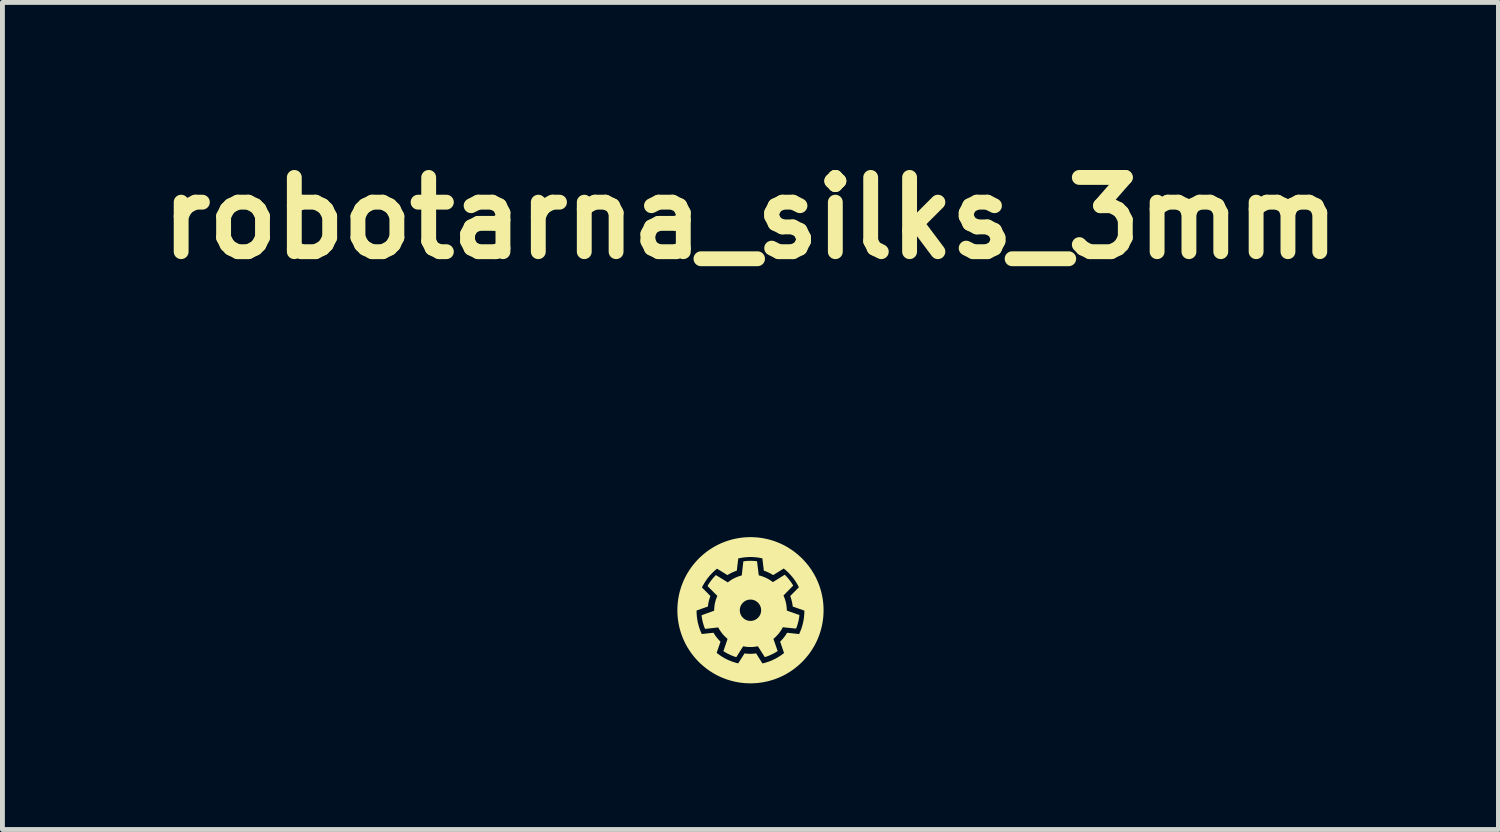
<source format=kicad_pcb>
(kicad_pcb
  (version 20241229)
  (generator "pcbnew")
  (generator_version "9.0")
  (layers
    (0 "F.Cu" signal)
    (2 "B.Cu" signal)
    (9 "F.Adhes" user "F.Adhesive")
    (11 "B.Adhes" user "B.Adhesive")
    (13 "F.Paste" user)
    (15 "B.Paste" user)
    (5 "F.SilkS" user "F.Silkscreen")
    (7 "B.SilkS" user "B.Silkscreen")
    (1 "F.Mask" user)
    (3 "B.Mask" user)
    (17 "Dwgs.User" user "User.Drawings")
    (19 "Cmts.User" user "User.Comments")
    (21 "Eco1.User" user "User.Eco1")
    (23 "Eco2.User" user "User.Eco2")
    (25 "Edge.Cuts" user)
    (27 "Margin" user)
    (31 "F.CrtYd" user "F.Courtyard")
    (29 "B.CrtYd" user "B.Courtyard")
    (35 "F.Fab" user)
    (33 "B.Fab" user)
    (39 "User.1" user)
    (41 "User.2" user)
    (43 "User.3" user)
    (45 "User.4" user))
  (footprint "robotarna_silks_3mm"
    (layer "F.Cu")
    (at 12.352 9.474)
    (property "Reference" "robotarna_silks_3mm" (at 0 -8.048 0) (layer "F.SilkS") (effects (font (size 1.524 1.524) (thickness 0.305))))
    (attr smd)
    (fp_poly (pts (xy -0.000003 0.219) (xy -0.992 0.184) (xy -0.989 0.2) (xy -0.985 0.216) (xy -0.982 0.231) (xy -0.978 0.247) (xy -0.974 0.263) (xy -0.969 0.278) (xy -0.965 0.293) (xy -0.96 0.309) (xy -0.955 0.324) (xy -0.95 0.339) (xy -0.944 0.354) (xy -0.938 0.368) (xy -0.932 0.383) (xy -0.661 0.353) (xy -0.654 0.367) (xy -0.646 0.381) (xy -0.638 0.395) (xy -0.629 0.409) (xy -0.62 0.422) (xy -0.611 0.436) (xy -0.602 0.449) (xy -0.592 0.462) (xy -0.582 0.474) (xy -0.572 0.487) (xy -0.562 0.499) (xy -0.551 0.511) (xy -0.54 0.523) (xy -0.529 0.534) (xy -0.518 0.545) (xy -0.506 0.556) (xy -0.494 0.567) (xy -0.482 0.578) (xy -0.47 0.588) (xy -0.555 0.839) (xy -0.542 0.848) (xy -0.528 0.857) (xy -0.514 0.865) (xy -0.5 0.873) (xy -0.486 0.881) (xy -0.472 0.889) (xy -0.457 0.896) (xy -0.443 0.903) (xy -0.428 0.91) (xy -0.413 0.917) (xy -0.399 0.924) (xy -0.383 0.93) (xy -0.368 0.936) (xy -0.353 0.942) (xy -0.338 0.948) (xy -0.322 0.953) (xy -0.307 0.958) (xy -0.291 0.963) (xy -0.15 0.74) (xy -0.134 0.743) (xy -0.118 0.746) (xy -0.101 0.748) (xy -0.085 0.75) (xy -0.068 0.752) (xy -0.051 0.753) (xy -0.035 0.754) (xy -0.018 0.755) (xy -0.001 0.755) (xy 0.015 0.755) (xy 0.031 0.754) (xy 0.046 0.754) (xy 0.061 0.752) (xy 0.077 0.751) (xy 0.092 0.749) (xy 0.107 0.747) (xy 0.122 0.745) (xy 0.137 0.742) (xy 0.152 0.74) (xy 0.294 0.962) (xy 0.31 0.957) (xy 0.326 0.952) (xy 0.341 0.947) (xy 0.356 0.941) (xy 0.372 0.935) (xy 0.387 0.929) (xy 0.402 0.923) (xy 0.417 0.916) (xy 0.431 0.909) (xy 0.446 0.902) (xy 0.46 0.895) (xy 0.475 0.888) (xy 0.489 0.88) (xy 0.503 0.872) (xy 0.517 0.864) (xy 0.531 0.855) (xy 0.544 0.847) (xy 0.558 0.838) (xy 0.471 0.588) (xy 0.483 0.577) (xy 0.495 0.567) (xy 0.507 0.556) (xy 0.519 0.545) (xy 0.531 0.533) (xy 0.542 0.521) (xy 0.553 0.509) (xy 0.564 0.497) (xy 0.575 0.485) (xy 0.585 0.472) (xy 0.595 0.459) (xy 0.604 0.446) (xy 0.614 0.433) (xy 0.623 0.419) (xy 0.632 0.406) (xy 0.64 0.392) (xy 0.649 0.377) (xy 0.657 0.363) (xy 0.664 0.349) (xy 0.936 0.377) (xy 0.942 0.362) (xy 0.947 0.348) (xy 0.953 0.333) (xy 0.958 0.318) (xy 0.963 0.303) (xy 0.967 0.287) (xy 0.972 0.272) (xy 0.976 0.257) (xy 0.98 0.241) (xy 0.984 0.226) (xy 0.987 0.21) (xy 0.991 0.194) (xy 0.994 0.178) (xy 0.996 0.163) (xy 0.999 0.146) (xy 1.001 0.13) (xy 1.003 0.114) (xy 1.005 0.098) (xy 0.746 0.007) (xy 0.745 -0.011) (xy 0.745 -0.028) (xy 0.744 -0.045) (xy 0.742 -0.062) (xy 0.74 -0.079) (xy 0.738 -0.096) (xy 0.736 -0.113) (xy 0.733 -0.129) (xy 0.729 -0.146) (xy 0.726 -0.162) (xy 0.722 -0.178) (xy 0.717 -0.194) (xy 0.713 -0.21) (xy 0.708 -0.226) (xy 0.702 -0.242) (xy 0.696 -0.257) (xy 0.69 -0.272) (xy 0.684 -0.288) (xy 0.677 -0.302) (xy 0.877 -0.506) (xy 0.869 -0.52) (xy 0.86 -0.534) (xy 0.851 -0.549) (xy 0.842 -0.563) (xy 0.832 -0.576) (xy 0.823 -0.59) (xy 0.813 -0.604) (xy 0.803 -0.617) (xy 0.793 -0.63) (xy 0.782 -0.643) (xy 0.772 -0.656) (xy 0.761 -0.669) (xy 0.75 -0.681) (xy 0.738 -0.693) (xy 0.727 -0.705) (xy 0.715 -0.717) (xy 0.703 -0.729) (xy 0.46 -0.577) (xy 0.448 -0.586) (xy 0.435 -0.596) (xy 0.422 -0.605) (xy 0.408 -0.614) (xy 0.395 -0.623) (xy 0.381 -0.631) (xy 0.367 -0.639) (xy 0.353 -0.647) (xy 0.338 -0.655) (xy 0.324 -0.662) (xy 0.309 -0.669) (xy 0.294 -0.675) (xy 0.279 -0.681) (xy 0.264 -0.687) (xy 0.249 -0.693) (xy 0.233 -0.698) (xy 0.218 -0.703) (xy 0.202 -0.708) (xy 0.186 -0.712) (xy 0.17 -0.716) (xy 0.135 -1.005) (xy 0.119 -1.007) (xy 0.102 -1.009) (xy 0.086 -1.01) (xy 0.069 -1.012) (xy 0.052 -1.013) (xy 0.035 -1.013) (xy 0.019 -1.014) (xy 0.002 -1.014) (xy -0.015 -1.014) (xy -0.032 -1.013) (xy -0.048 -1.013) (xy -0.065 -1.012) (xy -0.081 -1.011) (xy -0.098 -1.009) (xy -0.114 -1.007) (xy -0.13 -1.005) (xy -0.146 -1.003) (xy -0.179 -0.714) (xy -0.195 -0.71) (xy -0.211 -0.705) (xy -0.226 -0.7) (xy -0.242 -0.695) (xy -0.257 -0.69) (xy -0.272 -0.684) (xy -0.287 -0.678) (xy -0.302 -0.671) (xy -0.317 -0.665) (xy -0.331 -0.658) (xy -0.346 -0.65) (xy -0.36 -0.643) (xy -0.374 -0.635) (xy -0.387 -0.627) (xy -0.401 -0.618) (xy -0.414 -0.609) (xy -0.427 -0.6) (xy -0.44 -0.591) (xy -0.453 -0.582) (xy -0.466 -0.572) (xy -0.71 -0.722) (xy -0.721 -0.71) (xy -0.733 -0.698) (xy -0.744 -0.686) (xy -0.755 -0.674) (xy -0.766 -0.661) (xy -0.777 -0.648) (xy -0.788 -0.635) (xy -0.798 -0.622) (xy -0.808 -0.609) (xy -0.818 -0.595) (xy -0.828 -0.582) (xy -0.837 -0.568) (xy -0.847 -0.554) (xy -0.856 -0.54) (xy -0.865 -0.525) (xy -0.873 -0.511) (xy -0.881 -0.496) (xy -0.68 -0.294) (xy -0.686 -0.28) (xy -0.693 -0.265) (xy -0.698 -0.25) (xy -0.704 -0.235) (xy -0.709 -0.219) (xy -0.714 -0.204) (xy -0.718 -0.188) (xy -0.722 -0.172) (xy -0.726 -0.157) (xy -0.73 -0.141) (xy -0.733 -0.124) (xy -0.736 -0.108) (xy -0.738 -0.092) (xy -0.74 -0.075) (xy -0.742 -0.059) (xy -0.743 -0.042) (xy -0.744 -0.025) (xy -0.745 -0.008) (xy -0.745 0.009) (xy -0.745 0.01) (xy -1.004 0.103) (xy -1.002 0.12) (xy -1 0.136) (xy -0.997 0.152) (xy -0.995 0.168) (xy -0.992 0.184) (xy -0.000003 0.219) (xy -0.016 0.218) (xy -0.031 0.217) (xy -0.046 0.214) (xy -0.061 0.21) (xy -0.075 0.206) (xy -0.089 0.2) (xy -0.102 0.194) (xy -0.115 0.186) (xy -0.127 0.178) (xy -0.138 0.169) (xy -0.149 0.16) (xy -0.16 0.149) (xy -0.169 0.138) (xy -0.178 0.127) (xy -0.186 0.115) (xy -0.194 0.102) (xy -0.2 0.089) (xy -0.206 0.075) (xy -0.21 0.061) (xy -0.214 0.046) (xy -0.217 0.031) (xy -0.218 0.016) (xy -0.219 0.000005) (xy -0.218 -0.016) (xy -0.217 -0.031) (xy -0.214 -0.046) (xy -0.21 -0.061) (xy -0.206 -0.075) (xy -0.2 -0.089) (xy -0.194 -0.102) (xy -0.186 -0.115) (xy -0.178 -0.127) (xy -0.169 -0.138) (xy -0.16 -0.149) (xy -0.149 -0.16) (xy -0.138 -0.169) (xy -0.127 -0.178) (xy -0.115 -0.186) (xy -0.102 -0.194) (xy -0.089 -0.2) (xy -0.075 -0.206) (xy -0.061 -0.21) (xy -0.046 -0.214) (xy -0.031 -0.217) (xy -0.016 -0.218) (xy -0.000003 -0.219) (xy 0.016 -0.218) (xy 0.031 -0.217) (xy 0.046 -0.214) (xy 0.061 -0.21) (xy 0.075 -0.206) (xy 0.089 -0.2) (xy 0.102 -0.194) (xy 0.115 -0.186) (xy 0.127 -0.178) (xy 0.138 -0.169) (xy 0.149 -0.16) (xy 0.16 -0.149) (xy 0.169 -0.138) (xy 0.178 -0.127) (xy 0.186 -0.115) (xy 0.194 -0.102) (xy 0.2 -0.089) (xy 0.206 -0.075) (xy 0.21 -0.061) (xy 0.214 -0.046) (xy 0.217 -0.031) (xy 0.218 -0.016) (xy 0.219 0.000005) (xy 0.218 0.016) (xy 0.217 0.031) (xy 0.214 0.046) (xy 0.21 0.061) (xy 0.206 0.075) (xy 0.2 0.089) (xy 0.194 0.102) (xy 0.186 0.115) (xy 0.178 0.127) (xy 0.169 0.138) (xy 0.16 0.149) (xy 0.149 0.16) (xy 0.138 0.169) (xy 0.127 0.178) (xy 0.115 0.186) (xy 0.102 0.194) (xy 0.089 0.2) (xy 0.075 0.206) (xy 0.061 0.21) (xy 0.046 0.214) (xy 0.031 0.217) (xy 0.016 0.218) (xy -0.000003 0.219)) (stroke (width 0) (type solid)) (fill yes) (layer "F.SilkS"))
    (fp_poly (pts (xy 0.999 0.489) (xy 0.222 1.484) (xy 0.237 1.481) (xy 0.253 1.479) (xy 0.268 1.476) (xy 0.283 1.473) (xy 0.298 1.47) (xy 0.314 1.467) (xy 0.329 1.464) (xy 0.344 1.46) (xy 0.359 1.457) (xy 0.374 1.453) (xy 0.389 1.449) (xy 0.404 1.445) (xy 0.418 1.441) (xy 0.433 1.436) (xy 0.448 1.432) (xy 0.462 1.427) (xy 0.477 1.423) (xy 0.491 1.418) (xy 0.506 1.413) (xy 0.52 1.407) (xy 0.534 1.402) (xy 0.549 1.396) (xy 0.563 1.391) (xy 0.577 1.385) (xy 0.591 1.379) (xy 0.605 1.373) (xy 0.619 1.367) (xy 0.632 1.361) (xy 0.646 1.354) (xy 0.66 1.348) (xy 0.673 1.341) (xy 0.687 1.334) (xy 0.7 1.327) (xy 0.713 1.32) (xy 0.727 1.313) (xy 0.74 1.305) (xy 0.753 1.298) (xy 0.766 1.29) (xy 0.779 1.282) (xy 0.791 1.274) (xy 0.804 1.266) (xy 0.817 1.258) (xy 0.829 1.25) (xy 0.842 1.242) (xy 0.854 1.233) (xy 0.866 1.225) (xy 0.879 1.216) (xy 0.891 1.207) (xy 0.903 1.198) (xy 0.915 1.189) (xy 0.926 1.18) (xy 0.938 1.17) (xy 0.95 1.161) (xy 0.961 1.151) (xy 0.973 1.142) (xy 0.984 1.132) (xy 0.995 1.122) (xy 1.006 1.112) (xy 1.018 1.102) (xy 1.028 1.092) (xy 1.039 1.082) (xy 1.05 1.071) (xy 1.061 1.061) (xy 1.071 1.05) (xy 1.082 1.039) (xy 1.092 1.028) (xy 1.102 1.018) (xy 1.112 1.006) (xy 1.122 0.995) (xy 1.132 0.984) (xy 1.142 0.973) (xy 1.151 0.961) (xy 1.161 0.95) (xy 1.17 0.938) (xy 1.18 0.926) (xy 1.189 0.915) (xy 1.198 0.903) (xy 1.207 0.891) (xy 1.216 0.879) (xy 1.225 0.866) (xy 1.233 0.854) (xy 1.242 0.842) (xy 1.25 0.829) (xy 1.258 0.817) (xy 1.266 0.804) (xy 1.274 0.791) (xy 1.282 0.779) (xy 1.29 0.766) (xy 1.298 0.753) (xy 1.305 0.74) (xy 1.313 0.727) (xy 1.32 0.713) (xy 1.327 0.7) (xy 1.334 0.687) (xy 1.341 0.673) (xy 1.348 0.66) (xy 1.354 0.646) (xy 1.361 0.632) (xy 1.367 0.619) (xy 1.373 0.605) (xy 1.379 0.591) (xy 1.385 0.577) (xy 1.391 0.563) (xy 1.396 0.549) (xy 1.402 0.534) (xy 1.407 0.52) (xy 1.413 0.506) (xy 1.418 0.491) (xy 1.423 0.477) (xy 1.427 0.462) (xy 1.432 0.448) (xy 1.436 0.433) (xy 1.441 0.418) (xy 1.445 0.404) (xy 1.449 0.389) (xy 1.453 0.374) (xy 1.457 0.359) (xy 1.46 0.344) (xy 1.464 0.329) (xy 1.467 0.314) (xy 1.47 0.298) (xy 1.473 0.283) (xy 1.476 0.268) (xy 1.479 0.253) (xy 1.481 0.237) (xy 1.484 0.222) (xy 1.486 0.206) (xy 1.488 0.191) (xy 1.49 0.175) (xy 1.492 0.159) (xy 1.493 0.144) (xy 1.495 0.128) (xy 1.496 0.112) (xy 1.497 0.096) (xy 1.498 0.08) (xy 1.499 0.064) (xy 1.499 0.048) (xy 1.5 0.032) (xy 1.5 0.016) (xy 1.5 0.000004) (xy 1.5 -0.016) (xy 1.5 -0.032) (xy 1.499 -0.048) (xy 1.499 -0.064) (xy 1.498 -0.08) (xy 1.497 -0.096) (xy 1.496 -0.112) (xy 1.495 -0.128) (xy 1.493 -0.144) (xy 1.492 -0.159) (xy 1.49 -0.175) (xy 1.488 -0.191) (xy 1.486 -0.206) (xy 1.484 -0.222) (xy 1.481 -0.237) (xy 1.479 -0.253) (xy 1.476 -0.268) (xy 1.473 -0.283) (xy 1.47 -0.298) (xy 1.467 -0.314) (xy 1.464 -0.329) (xy 1.46 -0.344) (xy 1.457 -0.359) (xy 1.453 -0.374) (xy 1.449 -0.389) (xy 1.445 -0.404) (xy 1.441 -0.418) (xy 1.436 -0.433) (xy 1.432 -0.448) (xy 1.427 -0.462) (xy 1.423 -0.477) (xy 1.418 -0.491) (xy 1.413 -0.506) (xy 1.407 -0.52) (xy 1.402 -0.534) (xy 1.396 -0.549) (xy 1.391 -0.563) (xy 1.385 -0.577) (xy 1.379 -0.591) (xy 1.373 -0.605) (xy 1.367 -0.619) (xy 1.361 -0.632) (xy 1.354 -0.646) (xy 1.348 -0.66) (xy 1.341 -0.673) (xy 1.334 -0.687) (xy 1.327 -0.7) (xy 1.32 -0.713) (xy 1.313 -0.727) (xy 1.305 -0.74) (xy 1.298 -0.753) (xy 1.29 -0.766) (xy 1.282 -0.779) (xy 1.274 -0.791) (xy 1.266 -0.804) (xy 1.258 -0.817) (xy 1.25 -0.829) (xy 1.242 -0.842) (xy 1.233 -0.854) (xy 1.225 -0.866) (xy 1.216 -0.879) (xy 1.207 -0.891) (xy 1.198 -0.903) (xy 1.189 -0.915) (xy 1.18 -0.926) (xy 1.17 -0.938) (xy 1.161 -0.95) (xy 1.151 -0.961) (xy 1.142 -0.973) (xy 1.132 -0.984) (xy 1.122 -0.995) (xy 1.112 -1.006) (xy 1.102 -1.018) (xy 1.092 -1.028) (xy 1.082 -1.039) (xy 1.071 -1.05) (xy 1.061 -1.061) (xy 1.05 -1.071) (xy 1.039 -1.082) (xy 1.028 -1.092) (xy 1.018 -1.102) (xy 1.006 -1.112) (xy 0.995 -1.122) (xy 0.984 -1.132) (xy 0.973 -1.142) (xy 0.961 -1.151) (xy 0.95 -1.161) (xy 0.938 -1.17) (xy 0.926 -1.18) (xy 0.915 -1.189) (xy 0.903 -1.198) (xy 0.891 -1.207) (xy 0.879 -1.216) (xy 0.866 -1.225) (xy 0.854 -1.233) (xy 0.842 -1.242) (xy 0.829 -1.25) (xy 0.817 -1.258) (xy 0.804 -1.266) (xy 0.791 -1.274) (xy 0.779 -1.282) (xy 0.766 -1.29) (xy 0.753 -1.298) (xy 0.74 -1.305) (xy 0.727 -1.313) (xy 0.713 -1.32) (xy 0.7 -1.327) (xy 0.687 -1.334) (xy 0.673 -1.341) (xy 0.66 -1.348) (xy 0.646 -1.354) (xy 0.632 -1.361) (xy 0.619 -1.367) (xy 0.605 -1.373) (xy 0.591 -1.379) (xy 0.577 -1.385) (xy 0.563 -1.391) (xy 0.549 -1.396) (xy 0.534 -1.402) (xy 0.52 -1.407) (xy 0.506 -1.413) (xy 0.491 -1.418) (xy 0.477 -1.423) (xy 0.462 -1.427) (xy 0.448 -1.432) (xy 0.433 -1.436) (xy 0.418 -1.441) (xy 0.404 -1.445) (xy 0.389 -1.449) (xy 0.374 -1.453) (xy 0.359 -1.457) (xy 0.344 -1.46) (xy 0.329 -1.464) (xy 0.314 -1.467) (xy 0.298 -1.47) (xy 0.283 -1.473) (xy 0.268 -1.476) (xy 0.253 -1.479) (xy 0.237 -1.481) (xy 0.222 -1.484) (xy 0.206 -1.486) (xy 0.191 -1.488) (xy 0.175 -1.49) (xy 0.159 -1.492) (xy 0.144 -1.493) (xy 0.128 -1.495) (xy 0.112 -1.496) (xy 0.096 -1.497) (xy 0.08 -1.498) (xy 0.064 -1.499) (xy 0.048 -1.499) (xy 0.032 -1.5) (xy 0.016 -1.5) (xy -0.000004 -1.5) (xy -0.016 -1.5) (xy -0.032 -1.5) (xy -0.048 -1.499) (xy -0.064 -1.499) (xy -0.08 -1.498) (xy -0.096 -1.497) (xy -0.112 -1.496) (xy -0.128 -1.495) (xy -0.144 -1.493) (xy -0.159 -1.492) (xy -0.175 -1.49) (xy -0.191 -1.488) (xy -0.206 -1.486) (xy -0.222 -1.484) (xy -0.237 -1.481) (xy -0.253 -1.479) (xy -0.268 -1.476) (xy -0.283 -1.473) (xy -0.298 -1.47) (xy -0.314 -1.467) (xy -0.329 -1.464) (xy -0.344 -1.46) (xy -0.359 -1.457) (xy -0.374 -1.453) (xy -0.389 -1.449) (xy -0.404 -1.445) (xy -0.418 -1.441) (xy -0.433 -1.436) (xy -0.448 -1.432) (xy -0.462 -1.427) (xy -0.477 -1.423) (xy -0.491 -1.418) (xy -0.506 -1.413) (xy -0.52 -1.407) (xy -0.534 -1.402) (xy -0.549 -1.396) (xy -0.563 -1.391) (xy -0.577 -1.385) (xy -0.591 -1.379) (xy -0.605 -1.373) (xy -0.619 -1.367) (xy -0.632 -1.361) (xy -0.646 -1.354) (xy -0.66 -1.348) (xy -0.673 -1.341) (xy -0.687 -1.334) (xy -0.7 -1.327) (xy -0.713 -1.32) (xy -0.727 -1.313) (xy -0.74 -1.305) (xy -0.753 -1.298) (xy -0.766 -1.29) (xy -0.779 -1.282) (xy -0.791 -1.274) (xy -0.804 -1.266) (xy -0.817 -1.258) (xy -0.829 -1.25) (xy -0.842 -1.242) (xy -0.854 -1.233) (xy -0.866 -1.225) (xy -0.879 -1.216) (xy -0.891 -1.207) (xy -0.903 -1.198) (xy -0.915 -1.189) (xy -0.926 -1.18) (xy -0.938 -1.17) (xy -0.95 -1.161) (xy -0.961 -1.151) (xy -0.973 -1.142) (xy -0.984 -1.132) (xy -0.995 -1.122) (xy -1.006 -1.112) (xy -1.018 -1.102) (xy -1.028 -1.092) (xy -1.039 -1.082) (xy -1.05 -1.071) (xy -1.061 -1.061) (xy -1.071 -1.05) (xy -1.082 -1.039) (xy -1.092 -1.028) (xy -1.102 -1.018) (xy -1.112 -1.006) (xy -1.122 -0.995) (xy -1.132 -0.984) (xy -1.142 -0.973) (xy -1.151 -0.961) (xy -1.161 -0.95) (xy -1.17 -0.938) (xy -1.18 -0.926) (xy -1.189 -0.915) (xy -1.198 -0.903) (xy -1.207 -0.891) (xy -1.216 -0.879) (xy -1.225 -0.866) (xy -1.233 -0.854) (xy -1.242 -0.842) (xy -1.25 -0.829) (xy -1.258 -0.817) (xy -1.266 -0.804) (xy -1.274 -0.791) (xy -1.282 -0.779) (xy -1.29 -0.766) (xy -1.298 -0.753) (xy -1.305 -0.74) (xy -1.313 -0.727) (xy -1.32 -0.713) (xy -1.327 -0.7) (xy -1.334 -0.687) (xy -1.341 -0.673) (xy -1.348 -0.66) (xy -1.354 -0.646) (xy -1.361 -0.632) (xy -1.367 -0.619) (xy -1.373 -0.605) (xy -1.379 -0.591) (xy -1.385 -0.577) (xy -1.391 -0.563) (xy -1.396 -0.549) (xy -1.402 -0.534) (xy -1.407 -0.52) (xy -1.413 -0.506) (xy -1.418 -0.491) (xy -1.423 -0.477) (xy -1.427 -0.462) (xy -1.432 -0.448) (xy -1.436 -0.433) (xy -1.441 -0.418) (xy -1.445 -0.404) (xy -1.449 -0.389) (xy -1.453 -0.374) (xy -1.457 -0.359) (xy -1.46 -0.344) (xy -1.464 -0.329) (xy -1.467 -0.314) (xy -1.47 -0.298) (xy -1.473 -0.283) (xy -1.476 -0.268) (xy -1.479 -0.253) (xy -1.481 -0.237) (xy -1.484 -0.222) (xy -1.486 -0.206) (xy -1.488 -0.191) (xy -1.49 -0.175) (xy -1.492 -0.159) (xy -1.493 -0.144) (xy -1.495 -0.128) (xy -1.496 -0.112) (xy -1.497 -0.096) (xy -1.498 -0.08) (xy -1.499 -0.064) (xy -1.499 -0.048) (xy -1.5 -0.032) (xy -1.5 -0.016) (xy -1.5 0.000004) (xy -1.5 0.016) (xy -1.5 0.032) (xy -1.499 0.048) (xy -1.499 0.064) (xy -1.498 0.08) (xy -1.497 0.096) (xy -1.496 0.112) (xy -1.495 0.128) (xy -1.493 0.144) (xy -1.492 0.159) (xy -1.49 0.175) (xy -1.488 0.191) (xy -1.486 0.206) (xy -1.484 0.222) (xy -1.481 0.237) (xy -1.479 0.253) (xy -1.476 0.268) (xy -1.473 0.283) (xy -1.47 0.298) (xy -1.467 0.314) (xy -1.464 0.329) (xy -1.46 0.344) (xy -1.457 0.359) (xy -1.453 0.374) (xy -1.449 0.389) (xy -1.445 0.404) (xy -1.441 0.418) (xy -1.436 0.433) (xy -1.432 0.448) (xy -1.427 0.462) (xy -1.423 0.477) (xy -1.418 0.491) (xy -1.413 0.506) (xy -1.407 0.52) (xy -1.402 0.534) (xy -1.396 0.549) (xy -1.391 0.563) (xy -1.385 0.577) (xy -1.379 0.591) (xy -1.373 0.605) (xy -1.367 0.619) (xy -1.361 0.632) (xy -1.354 0.646) (xy -1.348 0.66) (xy -1.341 0.673) (xy -1.334 0.687) (xy -1.327 0.7) (xy -1.32 0.713) (xy -1.313 0.727) (xy -1.305 0.74) (xy -1.298 0.753) (xy -1.29 0.766) (xy -1.282 0.779) (xy -1.274 0.791) (xy -1.266 0.804) (xy -1.258 0.817) (xy -1.25 0.829) (xy -1.242 0.842) (xy -1.233 0.854) (xy -1.225 0.866) (xy -1.216 0.879) (xy -1.207 0.891) (xy -1.198 0.903) (xy -1.189 0.915) (xy -1.18 0.926) (xy -1.17 0.938) (xy -1.161 0.95) (xy -1.151 0.961) (xy -1.142 0.973) (xy -1.132 0.984) (xy -1.122 0.995) (xy -1.112 1.006) (xy -1.102 1.018) (xy -1.092 1.028) (xy -1.082 1.039) (xy -1.071 1.05) (xy -1.061 1.061) (xy -1.05 1.071) (xy -1.039 1.082) (xy -1.028 1.092) (xy -1.018 1.102) (xy -1.006 1.112) (xy -0.995 1.122) (xy -0.984 1.132) (xy -0.973 1.142) (xy -0.961 1.151) (xy -0.95 1.161) (xy -0.938 1.17) (xy -0.926 1.18) (xy -0.915 1.189) (xy -0.903 1.198) (xy -0.891 1.207) (xy -0.879 1.216) (xy -0.866 1.225) (xy -0.854 1.233) (xy -0.842 1.242) (xy -0.829 1.25) (xy -0.817 1.258) (xy -0.804 1.266) (xy -0.791 1.274) (xy -0.779 1.282) (xy -0.766 1.29) (xy -0.753 1.298) (xy -0.74 1.305) (xy -0.727 1.313) (xy -0.713 1.32) (xy -0.7 1.327) (xy -0.687 1.334) (xy -0.673 1.341) (xy -0.66 1.348) (xy -0.646 1.354) (xy -0.632 1.361) (xy -0.619 1.367) (xy -0.605 1.373) (xy -0.591 1.379) (xy -0.577 1.385) (xy -0.563 1.391) (xy -0.549 1.396) (xy -0.534 1.402) (xy -0.52 1.407) (xy -0.506 1.413) (xy -0.491 1.418) (xy -0.477 1.423) (xy -0.462 1.427) (xy -0.448 1.432) (xy -0.433 1.436) (xy -0.418 1.441) (xy -0.404 1.445) (xy -0.389 1.449) (xy -0.374 1.453) (xy -0.359 1.457) (xy -0.344 1.46) (xy -0.329 1.464) (xy -0.314 1.467) (xy -0.298 1.47) (xy -0.283 1.473) (xy -0.268 1.476) (xy -0.253 1.479) (xy -0.237 1.481) (xy -0.222 1.484) (xy -0.206 1.486) (xy -0.191 1.488) (xy -0.175 1.49) (xy -0.159 1.492) (xy -0.144 1.493) (xy -0.128 1.495) (xy -0.112 1.496) (xy -0.096 1.497) (xy -0.08 1.498) (xy -0.064 1.499) (xy -0.048 1.499) (xy -0.032 1.5) (xy -0.016 1.5) (xy -0.000004 1.5) (xy 0.016 1.5) (xy 0.032 1.5) (xy 0.048 1.499) (xy 0.064 1.499) (xy 0.08 1.498) (xy 0.096 1.497) (xy 0.112 1.496) (xy 0.128 1.495) (xy 0.144 1.493) (xy 0.159 1.492) (xy 0.175 1.49) (xy 0.191 1.488) (xy 0.206 1.486) (xy 0.222 1.484) (xy 0.999 0.489) (xy 0.752 0.462) (xy 0.744 0.476) (xy 0.735 0.49) (xy 0.725 0.504) (xy 0.716 0.518) (xy 0.706 0.532) (xy 0.697 0.545) (xy 0.686 0.558) (xy 0.676 0.571) (xy 0.665 0.584) (xy 0.654 0.597) (xy 0.643 0.609) (xy 0.632 0.621) (xy 0.62 0.633) (xy 0.609 0.645) (xy 0.689 0.878) (xy 0.676 0.889) (xy 0.663 0.898) (xy 0.65 0.908) (xy 0.637 0.918) (xy 0.623 0.927) (xy 0.61 0.936) (xy 0.596 0.945) (xy 0.582 0.954) (xy 0.568 0.962) (xy 0.554 0.971) (xy 0.54 0.979) (xy 0.525 0.987) (xy 0.511 0.995) (xy 0.496 1.002) (xy 0.481 1.009) (xy 0.467 1.016) (xy 0.452 1.023) (xy 0.436 1.03) (xy 0.421 1.036) (xy 0.406 1.043) (xy 0.39 1.049) (xy 0.375 1.054) (xy 0.359 1.06) (xy 0.343 1.065) (xy 0.327 1.07) (xy 0.311 1.075) (xy 0.295 1.08) (xy 0.279 1.084) (xy 0.263 1.088) (xy 0.246 1.092) (xy 0.116 0.886) (xy 0.101 0.888) (xy 0.086 0.89) (xy 0.072 0.891) (xy 0.057 0.892) (xy 0.042 0.893) (xy 0.027 0.894) (xy 0.012 0.894) (xy -0.003 0.894) (xy -0.018 0.894) (xy -0.033 0.894) (xy -0.048 0.893) (xy -0.063 0.892) (xy -0.078 0.891) (xy -0.093 0.89) (xy -0.107 0.888) (xy -0.122 0.886) (xy -0.252 1.091) (xy -0.268 1.087) (xy -0.284 1.082) (xy -0.301 1.078) (xy -0.317 1.073) (xy -0.333 1.068) (xy -0.349 1.063) (xy -0.365 1.058) (xy -0.38 1.052) (xy -0.396 1.046) (xy -0.411 1.04) (xy -0.427 1.034) (xy -0.442 1.028) (xy -0.457 1.021) (xy -0.472 1.014) (xy -0.487 1.007) (xy -0.502 0.999) (xy -0.516 0.992) (xy -0.531 0.984) (xy -0.545 0.976) (xy -0.559 0.968) (xy -0.573 0.959) (xy -0.587 0.951) (xy -0.601 0.942) (xy -0.615 0.933) (xy -0.628 0.923) (xy -0.642 0.914) (xy -0.655 0.904) (xy -0.668 0.895) (xy -0.681 0.885) (xy -0.694 0.874) (xy -0.615 0.645) (xy -0.627 0.633) (xy -0.638 0.621) (xy -0.65 0.609) (xy -0.661 0.597) (xy -0.672 0.584) (xy -0.682 0.571) (xy -0.693 0.558) (xy -0.703 0.545) (xy -0.713 0.532) (xy -0.723 0.518) (xy -0.732 0.504) (xy -0.741 0.49) (xy -0.75 0.476) (xy -0.759 0.462) (xy -0.999 0.488) (xy -1.006 0.473) (xy -1.012 0.459) (xy -1.019 0.444) (xy -1.025 0.43) (xy -1.031 0.415) (xy -1.036 0.4) (xy -1.042 0.385) (xy -1.047 0.369) (xy -1.052 0.354) (xy -1.057 0.339) (xy -1.062 0.323) (xy -1.066 0.308) (xy -1.07 0.292) (xy -1.074 0.276) (xy -1.078 0.261) (xy -1.082 0.245) (xy -1.085 0.229) (xy -1.088 0.213) (xy -1.091 0.196) (xy -1.093 0.18) (xy -1.096 0.164) (xy -1.098 0.147) (xy -1.1 0.131) (xy -1.101 0.114) (xy -1.103 0.098) (xy -1.104 0.081) (xy -1.105 0.064) (xy -1.105 0.048) (xy -1.106 0.031) (xy -1.106 0.014) (xy -1.106 0.006) (xy -0.874 -0.076) (xy -0.872 -0.092) (xy -0.87 -0.108) (xy -0.867 -0.124) (xy -0.865 -0.14) (xy -0.862 -0.156) (xy -0.858 -0.172) (xy -0.855 -0.187) (xy -0.851 -0.202) (xy -0.847 -0.218) (xy -0.842 -0.233) (xy -0.838 -0.248) (xy -0.833 -0.263) (xy -0.828 -0.278) (xy -0.822 -0.292) (xy -0.996 -0.468) (xy -0.988 -0.483) (xy -0.981 -0.497) (xy -0.973 -0.512) (xy -0.965 -0.527) (xy -0.956 -0.541) (xy -0.948 -0.556) (xy -0.939 -0.57) (xy -0.93 -0.584) (xy -0.921 -0.598) (xy -0.912 -0.612) (xy -0.902 -0.625) (xy -0.893 -0.639) (xy -0.883 -0.652) (xy -0.873 -0.665) (xy -0.862 -0.678) (xy -0.852 -0.691) (xy -0.841 -0.704) (xy -0.83 -0.716) (xy -0.819 -0.729) (xy -0.808 -0.741) (xy -0.796 -0.753) (xy -0.785 -0.765) (xy -0.773 -0.777) (xy -0.761 -0.788) (xy -0.749 -0.799) (xy -0.737 -0.811) (xy -0.724 -0.822) (xy -0.712 -0.832) (xy -0.699 -0.843) (xy -0.686 -0.853) (xy -0.473 -0.721) (xy -0.459 -0.729) (xy -0.445 -0.738) (xy -0.431 -0.746) (xy -0.416 -0.754) (xy -0.402 -0.762) (xy -0.387 -0.769) (xy -0.372 -0.776) (xy -0.357 -0.783) (xy -0.342 -0.789) (xy -0.327 -0.796) (xy -0.311 -0.802) (xy -0.296 -0.807) (xy -0.28 -0.813) (xy -0.251 -1.063) (xy -0.234 -1.067) (xy -0.218 -1.07) (xy -0.202 -1.073) (xy -0.186 -1.076) (xy -0.169 -1.079) (xy -0.152 -1.081) (xy -0.136 -1.084) (xy -0.119 -1.086) (xy -0.102 -1.087) (xy -0.085 -1.089) (xy -0.068 -1.09) (xy -0.051 -1.091) (xy -0.034 -1.091) (xy -0.017 -1.092) (xy -0.000004 -1.092) (xy 0.017 -1.092) (xy 0.033 -1.091) (xy 0.05 -1.091) (xy 0.067 -1.09) (xy 0.083 -1.089) (xy 0.1 -1.087) (xy 0.116 -1.086) (xy 0.132 -1.084) (xy 0.148 -1.082) (xy 0.165 -1.08) (xy 0.181 -1.077) (xy 0.197 -1.074) (xy 0.212 -1.071) (xy 0.228 -1.068) (xy 0.244 -1.065) (xy 0.274 -0.813) (xy 0.289 -0.807) (xy 0.305 -0.802) (xy 0.32 -0.796) (xy 0.336 -0.789) (xy 0.351 -0.783) (xy 0.366 -0.776) (xy 0.381 -0.769) (xy 0.395 -0.762) (xy 0.41 -0.754) (xy 0.424 -0.746) (xy 0.439 -0.738) (xy 0.453 -0.729) (xy 0.466 -0.721) (xy 0.683 -0.856) (xy 0.696 -0.845) (xy 0.709 -0.835) (xy 0.722 -0.824) (xy 0.734 -0.813) (xy 0.746 -0.802) (xy 0.758 -0.791) (xy 0.77 -0.779) (xy 0.782 -0.768) (xy 0.794 -0.756) (xy 0.805 -0.744) (xy 0.816 -0.732) (xy 0.827 -0.72) (xy 0.838 -0.707) (xy 0.849 -0.694) (xy 0.86 -0.682) (xy 0.87 -0.669) (xy 0.88 -0.656) (xy 0.89 -0.642) (xy 0.9 -0.629) (xy 0.909 -0.615) (xy 0.919 -0.602) (xy 0.928 -0.588) (xy 0.937 -0.574) (xy 0.945 -0.56) (xy 0.954 -0.545) (xy 0.962 -0.531) (xy 0.97 -0.516) (xy 0.978 -0.502) (xy 0.986 -0.487) (xy 0.994 -0.472) (xy 0.816 -0.292) (xy 0.821 -0.278) (xy 0.826 -0.263) (xy 0.831 -0.248) (xy 0.836 -0.233) (xy 0.84 -0.218) (xy 0.844 -0.202) (xy 0.848 -0.187) (xy 0.852 -0.172) (xy 0.855 -0.156) (xy 0.858 -0.14) (xy 0.861 -0.124) (xy 0.863 -0.108) (xy 0.866 -0.092) (xy 0.867 -0.076) (xy 1.106 0.008) (xy 1.106 0.014) (xy 1.106 0.031) (xy 1.105 0.048) (xy 1.105 0.064) (xy 1.104 0.081) (xy 1.103 0.098) (xy 1.101 0.115) (xy 1.099 0.131) (xy 1.098 0.148) (xy 1.096 0.164) (xy 1.093 0.18) (xy 1.091 0.197) (xy 1.088 0.213) (xy 1.085 0.229) (xy 1.081 0.245) (xy 1.078 0.261) (xy 1.074 0.277) (xy 1.07 0.293) (xy 1.066 0.308) (xy 1.062 0.324) (xy 1.057 0.339) (xy 1.052 0.355) (xy 1.047 0.37) (xy 1.042 0.385) (xy 1.036 0.4) (xy 1.03 0.415) (xy 1.025 0.43) (xy 1.018 0.445) (xy 1.012 0.46) (xy 1.006 0.474) (xy 0.999 0.489)) (stroke (width 0) (type solid)) (fill yes) (layer "F.SilkS")))
  (gr_rect
    (start -3 -3)
    (end 27.703 13.974)
    (stroke (width 0.1) (type default))
    (fill no)
    (layer "Edge.Cuts")))
</source>
